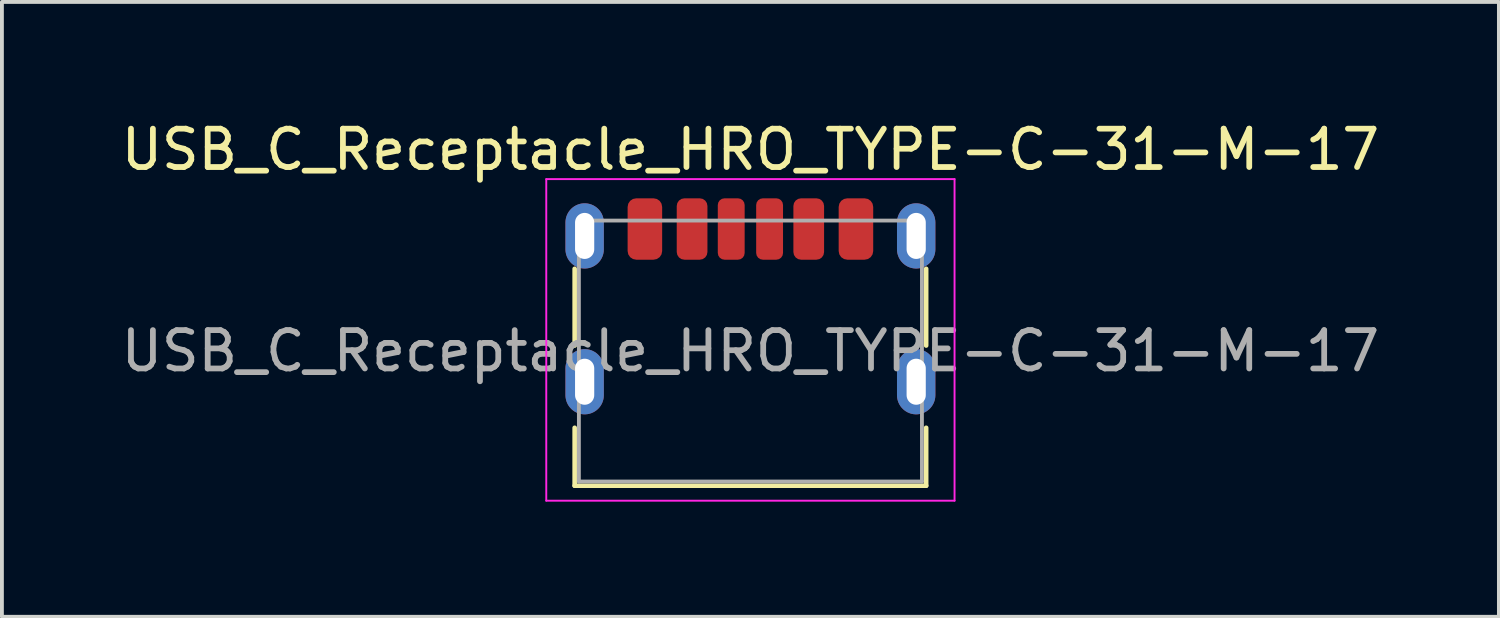
<source format=kicad_pcb>
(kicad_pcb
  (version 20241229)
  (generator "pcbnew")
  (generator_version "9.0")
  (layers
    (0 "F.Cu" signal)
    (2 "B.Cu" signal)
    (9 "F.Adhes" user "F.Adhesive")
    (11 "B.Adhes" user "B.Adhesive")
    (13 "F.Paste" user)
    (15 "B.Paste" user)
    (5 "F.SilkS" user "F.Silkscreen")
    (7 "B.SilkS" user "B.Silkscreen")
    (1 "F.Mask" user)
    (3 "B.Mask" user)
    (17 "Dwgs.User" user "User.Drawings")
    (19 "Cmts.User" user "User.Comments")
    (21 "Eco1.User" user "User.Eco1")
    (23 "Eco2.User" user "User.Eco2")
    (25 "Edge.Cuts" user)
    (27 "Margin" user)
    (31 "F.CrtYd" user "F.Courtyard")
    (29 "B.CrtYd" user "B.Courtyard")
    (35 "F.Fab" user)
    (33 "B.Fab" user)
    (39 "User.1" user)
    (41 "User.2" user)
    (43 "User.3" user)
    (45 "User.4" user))
  (footprint "USB_C_Receptacle_HRO_TYPE-C-31-M-17"
    (layer "F.Cu")
    (at 16.506 6.098)
    (property "Reference" "USB_C_Receptacle_HRO_TYPE-C-31-M-17" (at 0 -5.25 0) (layer "F.SilkS") (effects (font (size 1 1) (thickness 0.15))))
    (attr smd)
    (fp_line (start -4.58 -2.143) (end -4.58 -0.143) (stroke (width 0.12) (type solid)) (layer "F.SilkS"))
    (fp_line (start -4.58 2) (end -4.58 3.51) (stroke (width 0.12) (type solid)) (layer "F.SilkS"))
    (fp_line (start -4.58 3.51) (end 4.58 3.51) (stroke (width 0.12) (type solid)) (layer "F.SilkS"))
    (fp_line (start 4.58 -2.143) (end 4.58 -0.143) (stroke (width 0.12) (type solid)) (layer "F.SilkS"))
    (fp_line (start 4.58 2) (end 4.58 3.51) (stroke (width 0.12) (type solid)) (layer "F.SilkS"))
    (fp_line (start -5.32 -4.48) (end -5.32 3.9) (stroke (width 0.05) (type solid)) (layer "F.CrtYd"))
    (fp_line (start -5.32 -4.48) (end 5.32 -4.48) (stroke (width 0.05) (type solid)) (layer "F.CrtYd"))
    (fp_line (start -5.32 3.9) (end 5.32 3.9) (stroke (width 0.05) (type solid)) (layer "F.CrtYd"))
    (fp_line (start 5.32 -4.48) (end 5.32 3.9) (stroke (width 0.05) (type solid)) (layer "F.CrtYd"))
    (fp_line (start -4.47 -3.4) (end -4.47 3.4) (stroke (width 0.1) (type solid)) (layer "F.Fab"))
    (fp_line (start -4.47 -3.4) (end 4.47 -3.4) (stroke (width 0.1) (type solid)) (layer "F.Fab"))
    (fp_line (start -4.47 3.4) (end 4.47 3.4) (stroke (width 0.1) (type solid)) (layer "F.Fab"))
    (fp_line (start 4.47 -3.4) (end 4.47 3.4) (stroke (width 0.1) (type solid)) (layer "F.Fab"))
    (fp_text user "${REFERENCE}" (at 0 0 0) (layer "F.Fab") (effects (font (size 1 1) (thickness 0.15))))
    (pad "A5" smd roundrect (at -0.5 -3.18) (size 0.7 1.6) (layers "F.Cu" "F.Mask" "F.Paste") (roundrect_rratio 0.25))
    (pad "A9" smd roundrect (at 1.52 -3.18) (size 0.8 1.6) (layers "F.Cu" "F.Mask" "F.Paste") (roundrect_rratio 0.25))
    (pad "A12" smd roundrect (at 2.75 -3.18) (size 0.9 1.6) (layers "F.Cu" "F.Mask" "F.Paste") (roundrect_rratio 0.25))
    (pad "B5" smd roundrect (at 0.5 -3.18) (size 0.7 1.6) (layers "F.Cu" "F.Mask" "F.Paste") (roundrect_rratio 0.25))
    (pad "B9" smd roundrect (at -1.52 -3.18) (size 0.8 1.6) (layers "F.Cu" "F.Mask" "F.Paste") (roundrect_rratio 0.25))
    (pad "B12" smd roundrect (at -2.75 -3.18) (size 0.9 1.6) (layers "F.Cu" "F.Mask" "F.Paste") (roundrect_rratio 0.25))
    (pad "S1" thru_hole oval (at -4.32 -3) (size 1 1.7) (drill oval 0.5 1.2) (property pad_prop_heatsink) (layers "*.Cu" "*.Mask"))
    (pad "S1" thru_hole oval (at -4.32 0.8) (size 1 1.7) (drill oval 0.5 1.2) (property pad_prop_heatsink) (layers "*.Cu" "*.Mask"))
    (pad "S1" thru_hole oval (at 4.32 -3) (size 1 1.7) (drill oval 0.5 1.2) (property pad_prop_heatsink) (layers "*.Cu" "*.Mask"))
    (pad "S1" thru_hole oval (at 4.32 0.8) (size 1 1.7) (drill oval 0.5 1.2) (property pad_prop_heatsink) (layers "*.Cu" "*.Mask")))
  (gr_rect
    (start -3 -3)
    (end 36.012 13.023)
    (stroke (width 0.1) (type default))
    (fill no)
    (layer "Edge.Cuts")))
</source>
